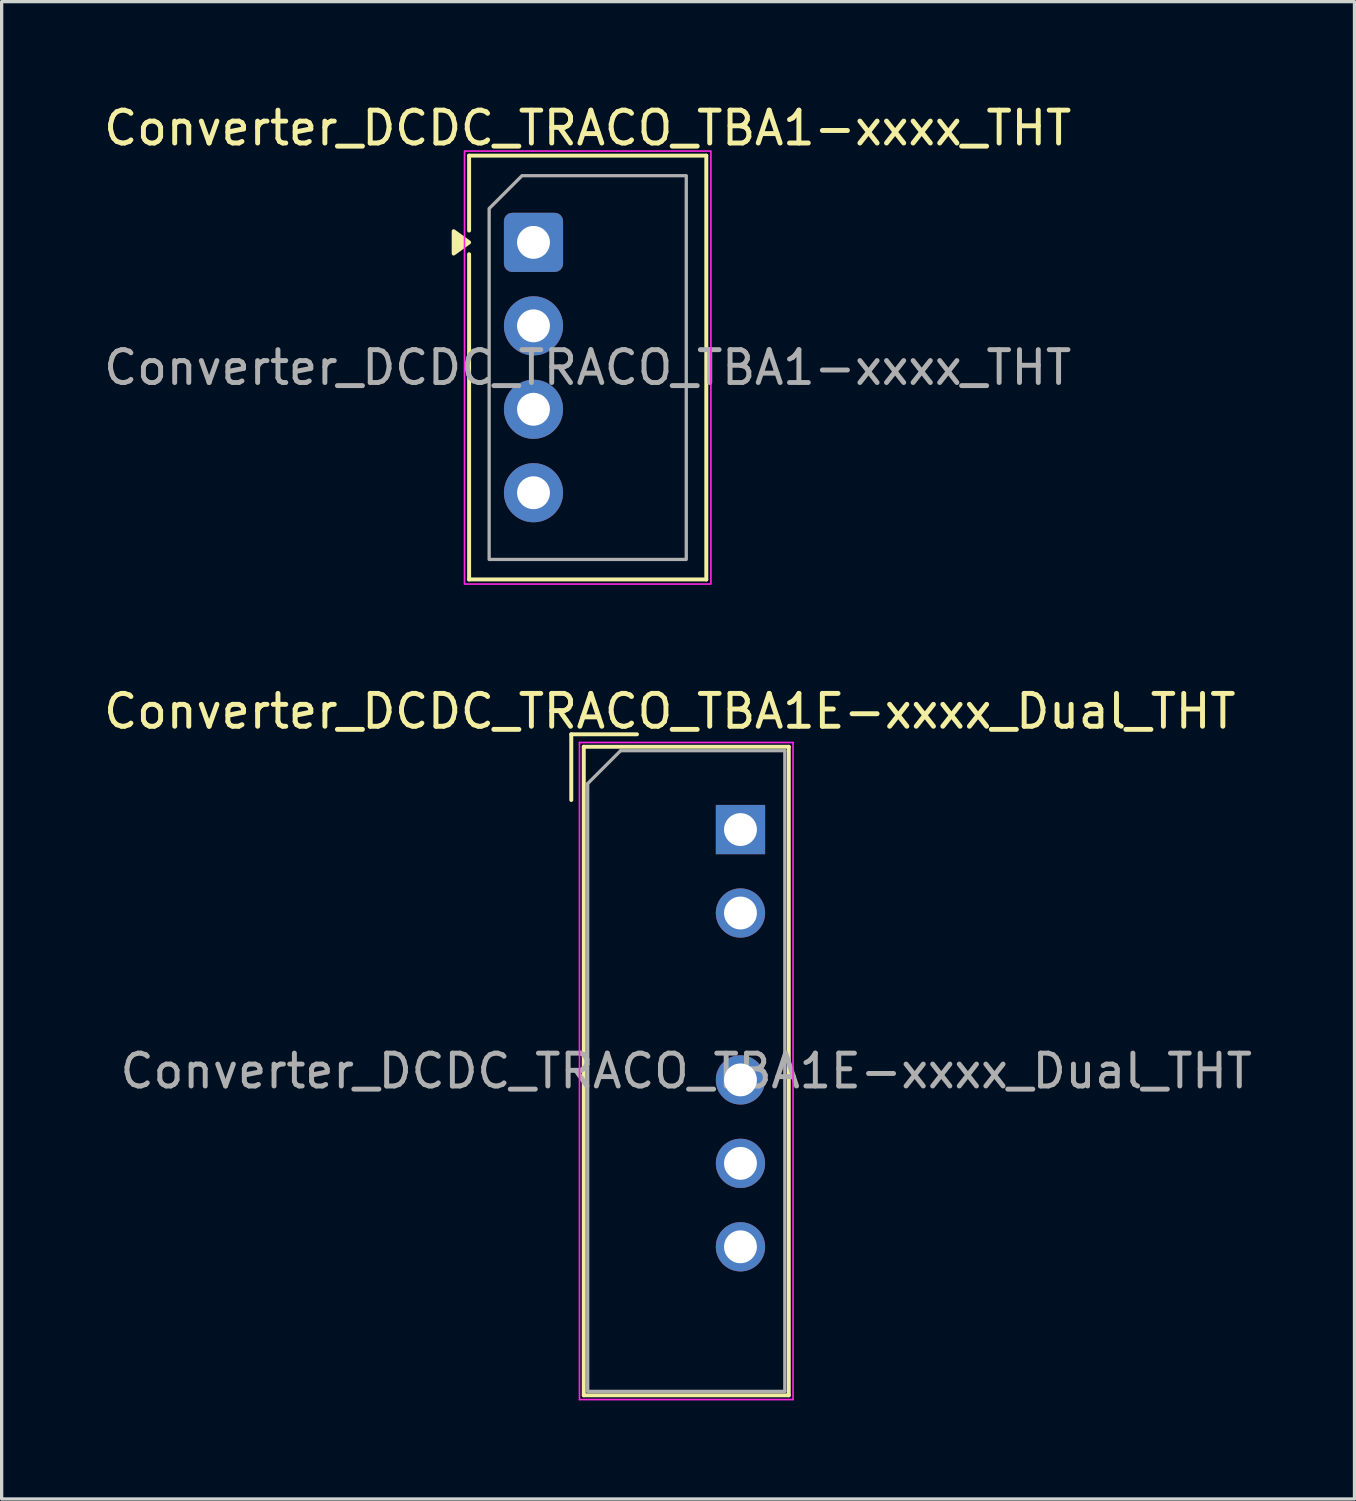
<source format=kicad_pcb>
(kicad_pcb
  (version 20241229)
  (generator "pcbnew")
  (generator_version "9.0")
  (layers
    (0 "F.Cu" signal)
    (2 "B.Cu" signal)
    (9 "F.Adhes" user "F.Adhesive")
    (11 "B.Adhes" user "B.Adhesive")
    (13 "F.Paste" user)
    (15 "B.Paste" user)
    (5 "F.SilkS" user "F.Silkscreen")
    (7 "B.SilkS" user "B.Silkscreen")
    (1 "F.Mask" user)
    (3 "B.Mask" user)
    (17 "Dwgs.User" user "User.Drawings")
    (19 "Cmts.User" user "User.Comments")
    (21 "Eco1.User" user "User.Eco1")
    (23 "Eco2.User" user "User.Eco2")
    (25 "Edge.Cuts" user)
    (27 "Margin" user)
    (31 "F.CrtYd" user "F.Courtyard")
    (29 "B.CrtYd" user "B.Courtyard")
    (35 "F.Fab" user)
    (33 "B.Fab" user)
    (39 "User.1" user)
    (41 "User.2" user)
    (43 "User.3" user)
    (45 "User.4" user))
  (footprint "Converter_DCDC_TRACO_TBA1E-xxxx_Dual_THT"
    (layer "F.Cu")
    (at 19.489 22.201)
    (property "Reference" "Converter_DCDC_TRACO_TBA1E-xxxx_Dual_THT" (at -2.15 -3.6 0) (layer "F.SilkS") (effects (font (size 1 1) (thickness 0.15))))
    (attr through_hole)
    (fp_line (start -5.15 -2.9) (end -3.15 -2.9) (stroke (width 0.12) (type solid)) (layer "F.SilkS"))
    (fp_line (start -5.15 -0.9) (end -5.15 -2.9) (stroke (width 0.12) (type solid)) (layer "F.SilkS"))
    (fp_line (start -4.77 -2.52) (end -4.77 17.22) (stroke (width 0.12) (type solid)) (layer "F.SilkS"))
    (fp_line (start -4.77 -2.52) (end 1.47 -2.52) (stroke (width 0.12) (type solid)) (layer "F.SilkS"))
    (fp_line (start -4.77 17.22) (end 1.47 17.22) (stroke (width 0.12) (type solid)) (layer "F.SilkS"))
    (fp_line (start 1.47 -2.52) (end 1.47 17.22) (stroke (width 0.12) (type solid)) (layer "F.SilkS"))
    (fp_line (start -4.9 -2.65) (end -4.9 17.35) (stroke (width 0.05) (type solid)) (layer "F.CrtYd"))
    (fp_line (start -4.9 -2.65) (end 1.6 -2.65) (stroke (width 0.05) (type solid)) (layer "F.CrtYd"))
    (fp_line (start -4.9 17.35) (end 1.6 17.35) (stroke (width 0.05) (type solid)) (layer "F.CrtYd"))
    (fp_line (start 1.6 -2.65) (end 1.6 17.35) (stroke (width 0.05) (type solid)) (layer "F.CrtYd"))
    (fp_line (start -4.65 -1.4) (end -3.65 -2.4) (stroke (width 0.1) (type solid)) (layer "F.Fab"))
    (fp_line (start -4.65 17.1) (end -4.65 -1.4) (stroke (width 0.1) (type solid)) (layer "F.Fab"))
    (fp_line (start -3.65 -2.4) (end 1.35 -2.4) (stroke (width 0.1) (type solid)) (layer "F.Fab"))
    (fp_line (start 1.35 -2.4) (end 1.35 17.1) (stroke (width 0.1) (type solid)) (layer "F.Fab"))
    (fp_line (start 1.35 17.1) (end -4.65 17.1) (stroke (width 0.1) (type solid)) (layer "F.Fab"))
    (fp_text user "${REFERENCE}" (at -1.65 7.35 0) (layer "F.Fab") (effects (font (size 1 1) (thickness 0.15))))
    (pad "1" thru_hole rect (at 0 0) (size 1.5 1.5) (drill 1) (layers "*.Cu" "*.Mask"))
    (pad "2" thru_hole circle (at 0 2.54) (size 1.5 1.5) (drill 1) (layers "*.Cu" "*.Mask"))
    (pad "4" thru_hole circle (at 0 7.62) (size 1.5 1.5) (drill 1) (layers "*.Cu" "*.Mask"))
    (pad "5" thru_hole circle (at 0 10.16) (size 1.5 1.5) (drill 1) (layers "*.Cu" "*.Mask"))
    (pad "6" thru_hole circle (at 0 12.7) (size 1.5 1.5) (drill 1) (layers "*.Cu" "*.Mask")))
  (footprint "Converter_DCDC_TRACO_TBA1-xxxx_THT"
    (layer "F.Cu")
    (at 13.189 4.328)
    (property "Reference" "Converter_DCDC_TRACO_TBA1-xxxx_THT" (at 1.65 -3.48 0) (layer "F.SilkS") (effects (font (size 1 1) (thickness 0.15))))
    (attr through_hole)
    (fp_line (start -1.96 -2.64) (end 5.26 -2.64) (stroke (width 0.12) (type solid)) (layer "F.SilkS"))
    (fp_line (start -1.96 -0.36) (end -1.96 -2.64) (stroke (width 0.12) (type solid)) (layer "F.SilkS"))
    (fp_line (start -1.96 10.26) (end -1.96 0.36) (stroke (width 0.12) (type solid)) (layer "F.SilkS"))
    (fp_line (start 5.26 -2.64) (end 5.26 10.26) (stroke (width 0.12) (type solid)) (layer "F.SilkS"))
    (fp_line (start 5.26 10.26) (end -1.96 10.26) (stroke (width 0.12) (type solid)) (layer "F.SilkS"))
    (fp_poly (pts (xy -1.96 0) (xy -2.43 0.34) (xy -2.43 -0.34)) (stroke (width 0.12) (type solid)) (fill yes) (layer "F.SilkS"))
    (fp_rect (start -2.1 -2.78) (end 5.4 10.4) (stroke (width 0.05) (type solid)) (fill no) (layer "F.CrtYd"))
    (fp_poly (pts (xy -1.35 -1.03) (xy -1.35 9.65) (xy 4.65 9.65) (xy 4.65 -2.03) (xy -0.35 -2.03)) (stroke (width 0.1) (type solid)) (fill no) (layer "F.Fab"))
    (fp_text user "${REFERENCE}" (at 1.65 3.81 0) (layer "F.Fab") (effects (font (size 1 1) (thickness 0.15))))
    (pad "1" thru_hole roundrect (at 0 0) (size 1.8 1.8) (drill 1) (layers "*.Cu" "*.Mask") (roundrect_rratio 0.139))
    (pad "2" thru_hole circle (at 0 2.54) (size 1.8 1.8) (drill 1) (layers "*.Cu" "*.Mask"))
    (pad "3" thru_hole circle (at 0 5.08) (size 1.8 1.8) (drill 1) (layers "*.Cu" "*.Mask"))
    (pad "4" thru_hole circle (at 0 7.62) (size 1.8 1.8) (drill 1) (layers "*.Cu" "*.Mask")))
  (gr_rect
    (start -3 -3)
    (end 38.179 42.577)
    (stroke (width 0.1) (type default))
    (fill no)
    (layer "Edge.Cuts")))
</source>
